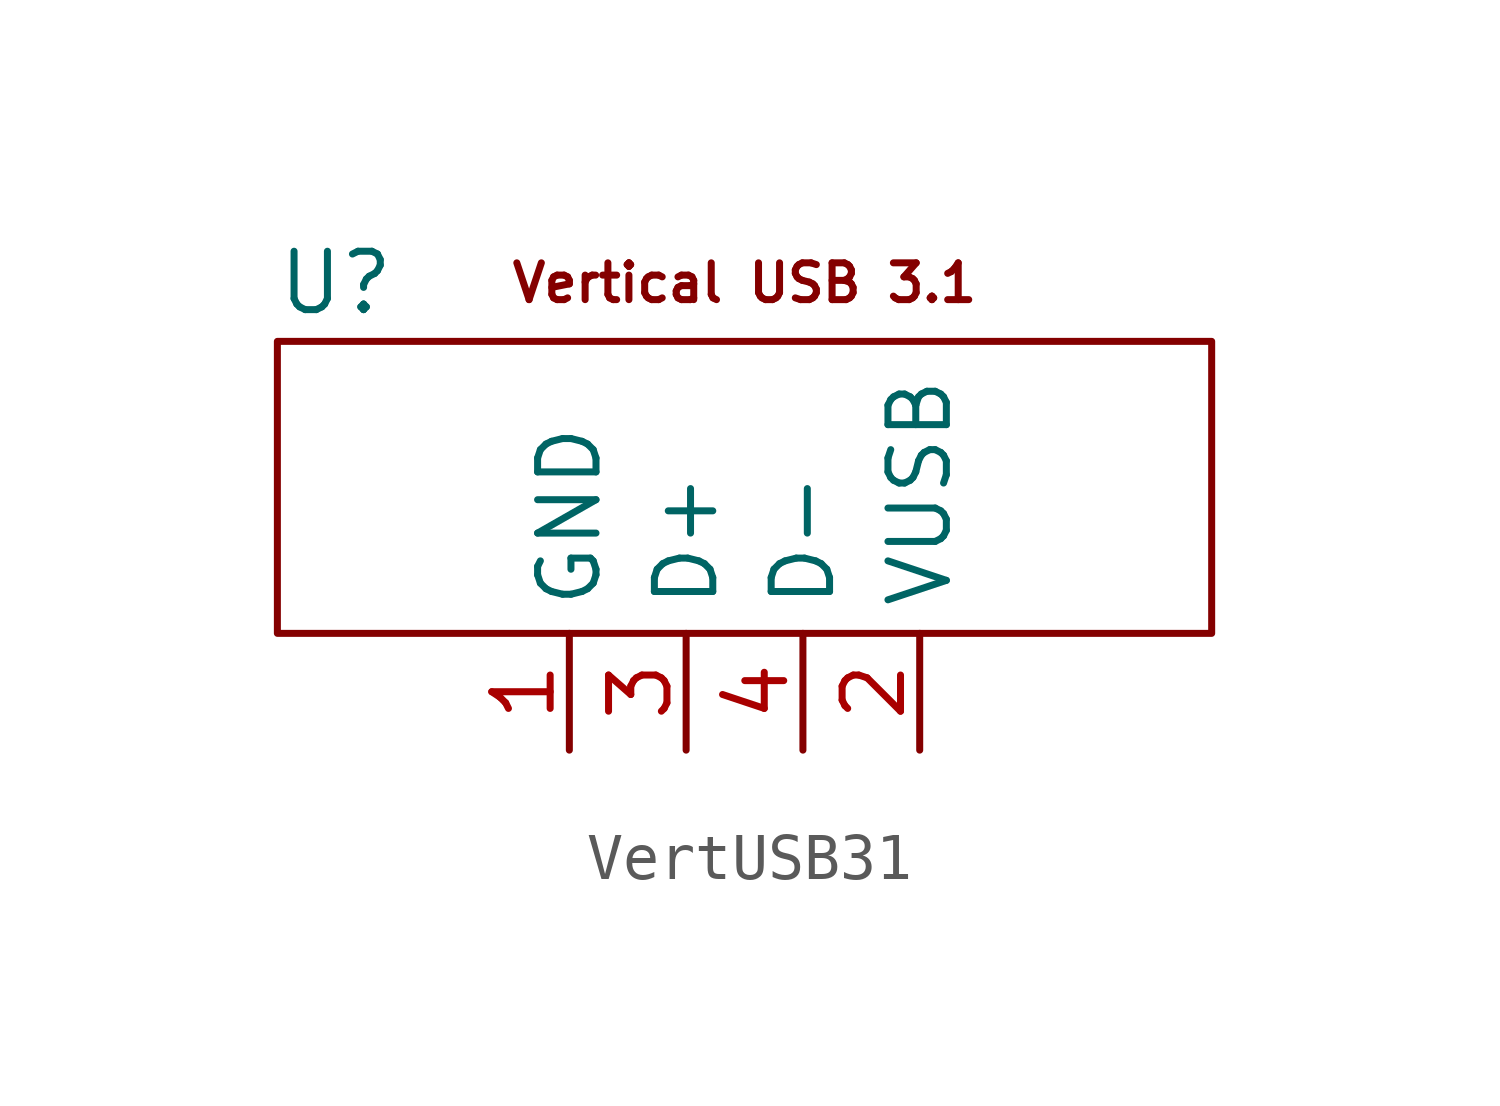
<source format=kicad_sym>
(kicad_symbol_lib
  (version 20220914)
  (generator kicad_symbol_editor)
  (symbol "VertUSB31"
    (property "Reference" "U"
      (at -8.89 7.62 0)
      (effects (font (size 1.27 1.27))))
    (property "Value" ""
      (at 10.16 -2.54 0)
      (effects (font (size 1.27 1.27))))
    (symbol "VertUSB31_0_1"
      (rectangle (start -10.16 6.35) (end 10.16 0) (stroke (width 0) (type default)) (fill (type none))))
    (symbol "VertUSB31_1_1"
      (text "Vertical USB 3.1" (at 0 7.62 0) (effects (font (size 0.8 0.8))))
      (pin power_in line (at -3.81 -2.54 90) (length 2.54) (name "GND" (effects (font (size 1.27 1.27)))) (number "1" (effects (font (size 1.27 1.27)))))
      (pin power_in line (at 3.81 -2.54 90) (length 2.54) (name "VUSB" (effects (font (size 1.27 1.27)))) (number "2" (effects (font (size 1.27 1.27)))))
      (pin bidirectional line (at -1.27 -2.54 90) (length 2.54) (name "D+" (effects (font (size 1.27 1.27)))) (number "3" (effects (font (size 1.27 1.27)))))
      (pin bidirectional line (at 1.27 -2.54 90) (length 2.54) (name "D-" (effects (font (size 1.27 1.27)))) (number "4" (effects (font (size 1.27 1.27))))))))
</source>
